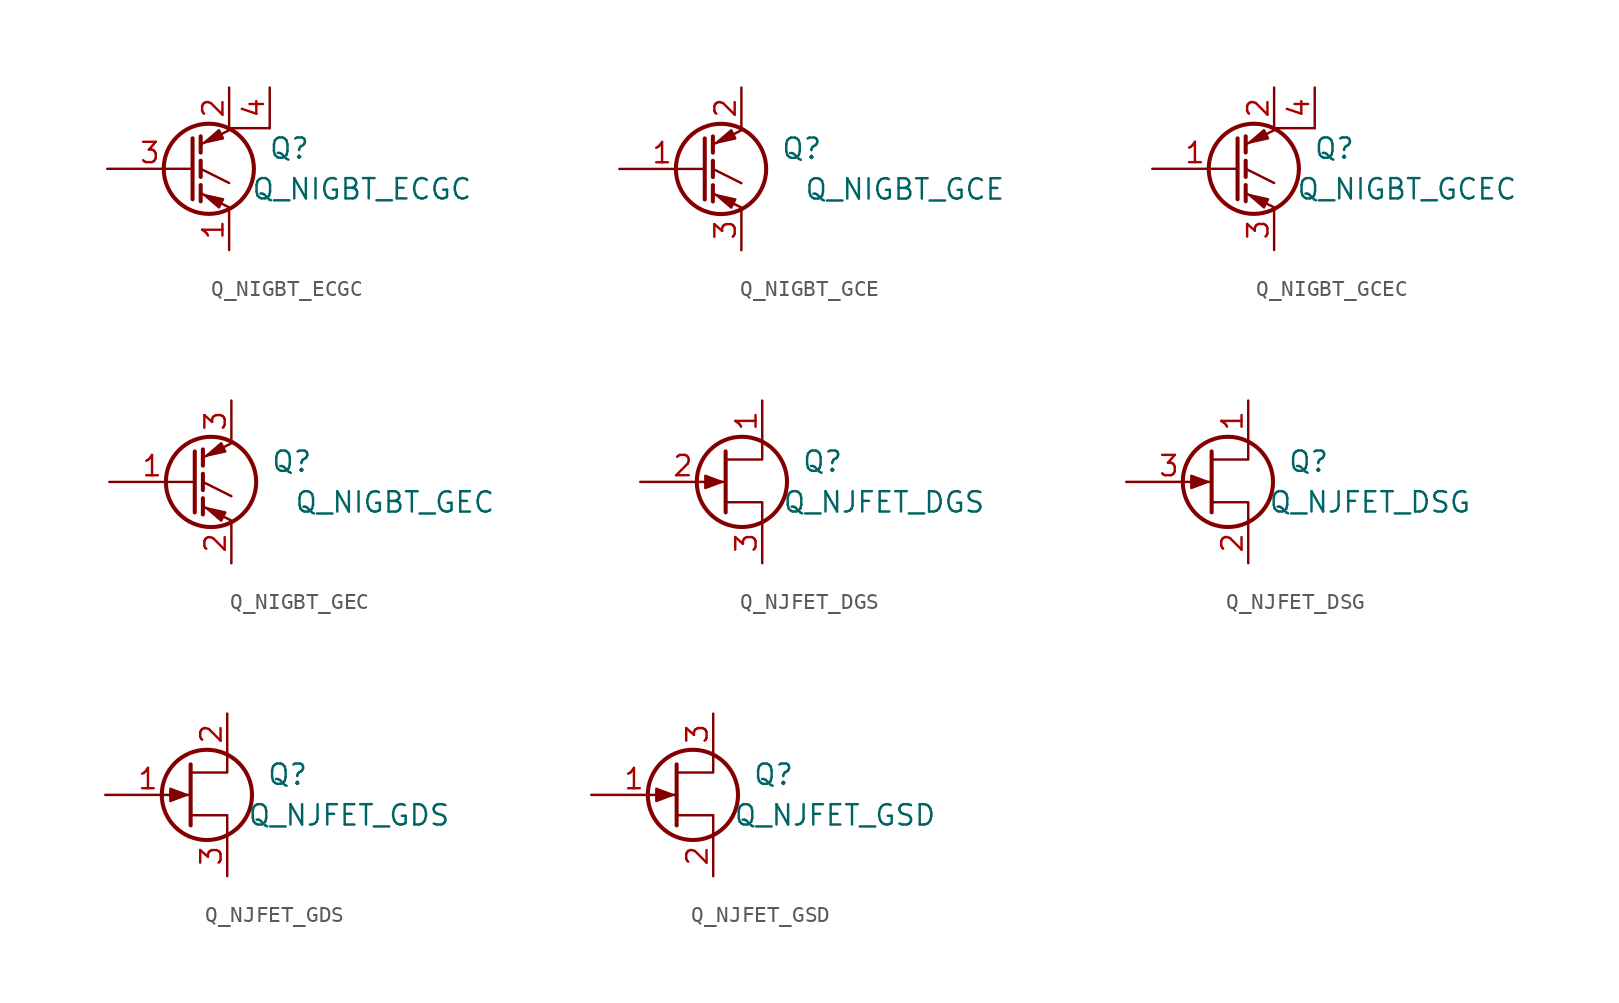
<source format=kicad_sym>
(kicad_symbol_lib
  (version 20211014)
  (generator kicad_symbol_editor)
  (symbol "Q_NIGBT_ECGC"
    (pin_names
      (offset 0) hide)
    (property "Reference" "Q"
      (at 7.62 1.27 0)
      (effects (font (size 1.27 1.27)) (justify right)))
    (property "Value" "Q_NIGBT_ECGC"
      (at 17.78 -1.27 0)
      (effects (font (size 1.27 1.27)) (justify right)))
    (property "Footprint" ""
      (at 5.08 2.54 0)
      (effects (font (size 0.737 0.737))))
    (property "Datasheet" ""
      (at 0 0 0)
      (effects (font (size 1.524 1.524))))
    (symbol "Q_NIGBT_ECGC_0_1"
      (polyline (pts (xy 0.762 -1.016) (xy 0.762 -2.032)) (stroke (width 0.254) (type default) (color 0 0 0 0)) (fill (type none)))
      (polyline (pts (xy 0.762 0.508) (xy 0.762 -0.508)) (stroke (width 0.254) (type default) (color 0 0 0 0)) (fill (type none)))
      (polyline (pts (xy 0.762 2.032) (xy 0.762 1.016)) (stroke (width 0.254) (type default) (color 0 0 0 0)) (fill (type none)))
      (polyline (pts (xy 2.54 -2.413) (xy 0.762 -1.524)) (stroke (width 0) (type default) (color 0 0 0 0)) (fill (type none)))
      (polyline (pts (xy 2.54 -0.889) (xy 0.762 0)) (stroke (width 0) (type default) (color 0 0 0 0)) (fill (type none)))
      (polyline (pts (xy 2.54 2.413) (xy 0.762 1.524)) (stroke (width 0) (type default) (color 0 0 0 0)) (fill (type none)))
      (polyline (pts (xy 2.54 2.54) (xy 5.08 2.54)) (stroke (width 0) (type default) (color 0 0 0 0)) (fill (type none)))
      (polyline (pts (xy 0.254 1.905) (xy 0.254 -1.905) (xy 0.254 -1.905)) (stroke (width 0.254) (type default) (color 0 0 0 0)) (fill (type none)))
      (polyline (pts (xy 2.159 -1.905) (xy 1.905 -2.413) (xy 1.016 -1.651) (xy 2.159 -1.905)) (stroke (width 0) (type default) (color 0 0 0 0)) (fill (type outline)))
      (polyline (pts (xy 2.159 1.905) (xy 1.905 2.413) (xy 1.016 1.651) (xy 2.159 1.905)) (stroke (width 0) (type default) (color 0 0 0 0)) (fill (type outline)))
      (circle (center 1.27 0) (radius 2.819) (stroke (width 0.254) (type default) (color 0 0 0 0)) (fill (type none))))
    (symbol "Q_NIGBT_ECGC_1_1"
      (pin passive line (at 2.54 -5.08 90) (length 2.54) (name "E" (effects (font (size 1.27 1.27)))) (number "1" (effects (font (size 1.27 1.27)))))
      (pin passive line (at 2.54 5.08 270) (length 2.54) (name "C" (effects (font (size 1.27 1.27)))) (number "2" (effects (font (size 1.27 1.27)))))
      (pin input line (at -5.08 0 0) (length 5.334) (name "G" (effects (font (size 1.27 1.27)))) (number "3" (effects (font (size 1.27 1.27)))))
      (pin passive line (at 5.08 5.08 270) (length 2.54) (name "C" (effects (font (size 1.27 1.27)))) (number "4" (effects (font (size 1.27 1.27)))))))
  (symbol "Q_NIGBT_GCE"
    (pin_names
      (offset 0) hide)
    (property "Reference" "Q"
      (at 7.62 1.27 0)
      (effects (font (size 1.27 1.27)) (justify right)))
    (property "Value" "Q_NIGBT_GCE"
      (at 19.05 -1.27 0)
      (effects (font (size 1.27 1.27)) (justify right)))
    (property "Footprint" ""
      (at 5.08 2.54 0)
      (effects (font (size 0.737 0.737))))
    (property "Datasheet" ""
      (at 0 0 0)
      (effects (font (size 1.524 1.524))))
    (symbol "Q_NIGBT_GCE_0_1"
      (polyline (pts (xy 0.762 -1.016) (xy 0.762 -2.032)) (stroke (width 0.254) (type default) (color 0 0 0 0)) (fill (type none)))
      (polyline (pts (xy 0.762 0.508) (xy 0.762 -0.508)) (stroke (width 0.254) (type default) (color 0 0 0 0)) (fill (type none)))
      (polyline (pts (xy 0.762 2.032) (xy 0.762 1.016)) (stroke (width 0.254) (type default) (color 0 0 0 0)) (fill (type none)))
      (polyline (pts (xy 2.54 -2.413) (xy 0.762 -1.524)) (stroke (width 0) (type default) (color 0 0 0 0)) (fill (type none)))
      (polyline (pts (xy 2.54 -0.889) (xy 0.762 0)) (stroke (width 0) (type default) (color 0 0 0 0)) (fill (type none)))
      (polyline (pts (xy 2.54 2.413) (xy 0.762 1.524)) (stroke (width 0) (type default) (color 0 0 0 0)) (fill (type none)))
      (polyline (pts (xy 0.254 1.905) (xy 0.254 -1.905) (xy 0.254 -1.905)) (stroke (width 0.254) (type default) (color 0 0 0 0)) (fill (type none)))
      (polyline (pts (xy 2.159 -1.905) (xy 1.905 -2.413) (xy 1.016 -1.651) (xy 2.159 -1.905)) (stroke (width 0) (type default) (color 0 0 0 0)) (fill (type outline)))
      (polyline (pts (xy 2.159 1.905) (xy 1.905 2.413) (xy 1.016 1.651) (xy 2.159 1.905)) (stroke (width 0) (type default) (color 0 0 0 0)) (fill (type outline)))
      (circle (center 1.27 0) (radius 2.819) (stroke (width 0.254) (type default) (color 0 0 0 0)) (fill (type none))))
    (symbol "Q_NIGBT_GCE_1_1"
      (pin input line (at -5.08 0 0) (length 5.334) (name "G" (effects (font (size 1.27 1.27)))) (number "1" (effects (font (size 1.27 1.27)))))
      (pin passive line (at 2.54 5.08 270) (length 2.54) (name "C" (effects (font (size 1.27 1.27)))) (number "2" (effects (font (size 1.27 1.27)))))
      (pin passive line (at 2.54 -5.08 90) (length 2.54) (name "E" (effects (font (size 1.27 1.27)))) (number "3" (effects (font (size 1.27 1.27)))))))
  (symbol "Q_NIGBT_GCEC"
    (pin_names
      (offset 0) hide)
    (property "Reference" "Q"
      (at 7.62 1.27 0)
      (effects (font (size 1.27 1.27)) (justify right)))
    (property "Value" "Q_NIGBT_GCEC"
      (at 17.78 -1.27 0)
      (effects (font (size 1.27 1.27)) (justify right)))
    (property "Footprint" ""
      (at 5.08 2.54 0)
      (effects (font (size 0.737 0.737))))
    (property "Datasheet" ""
      (at 0 0 0)
      (effects (font (size 1.524 1.524))))
    (symbol "Q_NIGBT_GCEC_0_1"
      (polyline (pts (xy 0.762 -1.016) (xy 0.762 -2.032)) (stroke (width 0.254) (type default) (color 0 0 0 0)) (fill (type none)))
      (polyline (pts (xy 0.762 0.508) (xy 0.762 -0.508)) (stroke (width 0.254) (type default) (color 0 0 0 0)) (fill (type none)))
      (polyline (pts (xy 0.762 2.032) (xy 0.762 1.016)) (stroke (width 0.254) (type default) (color 0 0 0 0)) (fill (type none)))
      (polyline (pts (xy 2.54 -2.413) (xy 0.762 -1.524)) (stroke (width 0) (type default) (color 0 0 0 0)) (fill (type none)))
      (polyline (pts (xy 2.54 -0.889) (xy 0.762 0)) (stroke (width 0) (type default) (color 0 0 0 0)) (fill (type none)))
      (polyline (pts (xy 2.54 2.413) (xy 0.762 1.524)) (stroke (width 0) (type default) (color 0 0 0 0)) (fill (type none)))
      (polyline (pts (xy 2.54 2.54) (xy 5.08 2.54)) (stroke (width 0) (type default) (color 0 0 0 0)) (fill (type none)))
      (polyline (pts (xy 0.254 1.905) (xy 0.254 -1.905) (xy 0.254 -1.905)) (stroke (width 0.254) (type default) (color 0 0 0 0)) (fill (type none)))
      (polyline (pts (xy 2.159 -1.905) (xy 1.905 -2.413) (xy 1.016 -1.651) (xy 2.159 -1.905)) (stroke (width 0) (type default) (color 0 0 0 0)) (fill (type outline)))
      (polyline (pts (xy 2.159 1.905) (xy 1.905 2.413) (xy 1.016 1.651) (xy 2.159 1.905)) (stroke (width 0) (type default) (color 0 0 0 0)) (fill (type outline)))
      (circle (center 1.27 0) (radius 2.819) (stroke (width 0.254) (type default) (color 0 0 0 0)) (fill (type none))))
    (symbol "Q_NIGBT_GCEC_1_1"
      (pin input line (at -5.08 0 0) (length 5.334) (name "G" (effects (font (size 1.27 1.27)))) (number "1" (effects (font (size 1.27 1.27)))))
      (pin passive line (at 2.54 5.08 270) (length 2.54) (name "C" (effects (font (size 1.27 1.27)))) (number "2" (effects (font (size 1.27 1.27)))))
      (pin passive line (at 2.54 -5.08 90) (length 2.54) (name "E" (effects (font (size 1.27 1.27)))) (number "3" (effects (font (size 1.27 1.27)))))
      (pin passive line (at 5.08 5.08 270) (length 2.54) (name "C" (effects (font (size 1.27 1.27)))) (number "4" (effects (font (size 1.27 1.27)))))))
  (symbol "Q_NIGBT_GEC"
    (pin_names
      (offset 0) hide)
    (property "Reference" "Q"
      (at 7.62 1.27 0)
      (effects (font (size 1.27 1.27)) (justify right)))
    (property "Value" "Q_NIGBT_GEC"
      (at 19.05 -1.27 0)
      (effects (font (size 1.27 1.27)) (justify right)))
    (property "Footprint" ""
      (at 5.08 2.54 0)
      (effects (font (size 0.737 0.737))))
    (property "Datasheet" ""
      (at 0 0 0)
      (effects (font (size 1.524 1.524))))
    (symbol "Q_NIGBT_GEC_0_1"
      (polyline (pts (xy 0.762 -1.016) (xy 0.762 -2.032)) (stroke (width 0.254) (type default) (color 0 0 0 0)) (fill (type none)))
      (polyline (pts (xy 0.762 0.508) (xy 0.762 -0.508)) (stroke (width 0.254) (type default) (color 0 0 0 0)) (fill (type none)))
      (polyline (pts (xy 0.762 2.032) (xy 0.762 1.016)) (stroke (width 0.254) (type default) (color 0 0 0 0)) (fill (type none)))
      (polyline (pts (xy 2.54 -2.413) (xy 0.762 -1.524)) (stroke (width 0) (type default) (color 0 0 0 0)) (fill (type none)))
      (polyline (pts (xy 2.54 -0.889) (xy 0.762 0)) (stroke (width 0) (type default) (color 0 0 0 0)) (fill (type none)))
      (polyline (pts (xy 2.54 2.413) (xy 0.762 1.524)) (stroke (width 0) (type default) (color 0 0 0 0)) (fill (type none)))
      (polyline (pts (xy 0.254 1.905) (xy 0.254 -1.905) (xy 0.254 -1.905)) (stroke (width 0.254) (type default) (color 0 0 0 0)) (fill (type none)))
      (polyline (pts (xy 2.159 -1.905) (xy 1.905 -2.413) (xy 1.016 -1.651) (xy 2.159 -1.905)) (stroke (width 0) (type default) (color 0 0 0 0)) (fill (type outline)))
      (polyline (pts (xy 2.159 1.905) (xy 1.905 2.413) (xy 1.016 1.651) (xy 2.159 1.905)) (stroke (width 0) (type default) (color 0 0 0 0)) (fill (type outline)))
      (circle (center 1.27 0) (radius 2.819) (stroke (width 0.254) (type default) (color 0 0 0 0)) (fill (type none))))
    (symbol "Q_NIGBT_GEC_1_1"
      (pin input line (at -5.08 0 0) (length 5.334) (name "G" (effects (font (size 1.27 1.27)))) (number "1" (effects (font (size 1.27 1.27)))))
      (pin passive line (at 2.54 -5.08 90) (length 2.54) (name "E" (effects (font (size 1.27 1.27)))) (number "2" (effects (font (size 1.27 1.27)))))
      (pin passive line (at 2.54 5.08 270) (length 2.54) (name "C" (effects (font (size 1.27 1.27)))) (number "3" (effects (font (size 1.27 1.27)))))))
  (symbol "Q_NJFET_DGS"
    (pin_names
      (offset 0) hide)
    (property "Reference" "Q"
      (at 7.62 1.27 0)
      (effects (font (size 1.27 1.27)) (justify right)))
    (property "Value" "Q_NJFET_DGS"
      (at 16.51 -1.27 0)
      (effects (font (size 1.27 1.27)) (justify right)))
    (property "Footprint" ""
      (at 5.08 2.54 0)
      (effects (font (size 0.737 0.737))))
    (property "Datasheet" ""
      (at 0 0 0)
      (effects (font (size 1.524 1.524))))
    (symbol "Q_NJFET_DGS_0_1"
      (polyline (pts (xy 0.254 1.905) (xy 0.254 -1.905) (xy 0.254 -1.905)) (stroke (width 0.254) (type default) (color 0 0 0 0)) (fill (type none)))
      (polyline (pts (xy 2.54 -2.54) (xy 2.54 -1.27) (xy 0.254 -1.27)) (stroke (width 0) (type default) (color 0 0 0 0)) (fill (type none)))
      (polyline (pts (xy 2.54 2.54) (xy 2.54 1.397) (xy 0.254 1.397)) (stroke (width 0) (type default) (color 0 0 0 0)) (fill (type none)))
      (polyline (pts (xy 0 0) (xy -1.016 0.381) (xy -1.016 -0.381) (xy 0 0)) (stroke (width 0) (type default) (color 0 0 0 0)) (fill (type outline)))
      (circle (center 1.27 0) (radius 2.819) (stroke (width 0.254) (type default) (color 0 0 0 0)) (fill (type none))))
    (symbol "Q_NJFET_DGS_1_1"
      (pin passive line (at 2.54 5.08 270) (length 2.54) (name "D" (effects (font (size 1.27 1.27)))) (number "1" (effects (font (size 1.27 1.27)))))
      (pin input line (at -5.08 0 0) (length 5.334) (name "G" (effects (font (size 1.27 1.27)))) (number "2" (effects (font (size 1.27 1.27)))))
      (pin passive line (at 2.54 -5.08 90) (length 2.54) (name "S" (effects (font (size 1.27 1.27)))) (number "3" (effects (font (size 1.27 1.27)))))))
  (symbol "Q_NJFET_DSG"
    (pin_names
      (offset 0) hide)
    (property "Reference" "Q"
      (at 7.62 1.27 0)
      (effects (font (size 1.27 1.27)) (justify right)))
    (property "Value" "Q_NJFET_DSG"
      (at 16.51 -1.27 0)
      (effects (font (size 1.27 1.27)) (justify right)))
    (property "Footprint" ""
      (at 5.08 2.54 0)
      (effects (font (size 0.737 0.737))))
    (property "Datasheet" ""
      (at 0 0 0)
      (effects (font (size 1.524 1.524))))
    (symbol "Q_NJFET_DSG_0_1"
      (polyline (pts (xy 0.254 1.905) (xy 0.254 -1.905) (xy 0.254 -1.905)) (stroke (width 0.254) (type default) (color 0 0 0 0)) (fill (type none)))
      (polyline (pts (xy 2.54 -2.54) (xy 2.54 -1.27) (xy 0.254 -1.27)) (stroke (width 0) (type default) (color 0 0 0 0)) (fill (type none)))
      (polyline (pts (xy 2.54 2.54) (xy 2.54 1.397) (xy 0.254 1.397)) (stroke (width 0) (type default) (color 0 0 0 0)) (fill (type none)))
      (polyline (pts (xy 0 0) (xy -1.016 0.381) (xy -1.016 -0.381) (xy 0 0)) (stroke (width 0) (type default) (color 0 0 0 0)) (fill (type outline)))
      (circle (center 1.27 0) (radius 2.819) (stroke (width 0.254) (type default) (color 0 0 0 0)) (fill (type none))))
    (symbol "Q_NJFET_DSG_1_1"
      (pin passive line (at 2.54 5.08 270) (length 2.54) (name "D" (effects (font (size 1.27 1.27)))) (number "1" (effects (font (size 1.27 1.27)))))
      (pin passive line (at 2.54 -5.08 90) (length 2.54) (name "S" (effects (font (size 1.27 1.27)))) (number "2" (effects (font (size 1.27 1.27)))))
      (pin input line (at -5.08 0 0) (length 5.334) (name "G" (effects (font (size 1.27 1.27)))) (number "3" (effects (font (size 1.27 1.27)))))))
  (symbol "Q_NJFET_GDS"
    (pin_names
      (offset 0) hide)
    (property "Reference" "Q"
      (at 7.62 1.27 0)
      (effects (font (size 1.27 1.27)) (justify right)))
    (property "Value" "Q_NJFET_GDS"
      (at 16.51 -1.27 0)
      (effects (font (size 1.27 1.27)) (justify right)))
    (property "Footprint" ""
      (at 5.08 2.54 0)
      (effects (font (size 0.737 0.737))))
    (property "Datasheet" ""
      (at 0 0 0)
      (effects (font (size 1.524 1.524))))
    (symbol "Q_NJFET_GDS_0_1"
      (polyline (pts (xy 0.254 1.905) (xy 0.254 -1.905) (xy 0.254 -1.905)) (stroke (width 0.254) (type default) (color 0 0 0 0)) (fill (type none)))
      (polyline (pts (xy 2.54 -2.54) (xy 2.54 -1.27) (xy 0.254 -1.27)) (stroke (width 0) (type default) (color 0 0 0 0)) (fill (type none)))
      (polyline (pts (xy 2.54 2.54) (xy 2.54 1.397) (xy 0.254 1.397)) (stroke (width 0) (type default) (color 0 0 0 0)) (fill (type none)))
      (polyline (pts (xy 0 0) (xy -1.016 0.381) (xy -1.016 -0.381) (xy 0 0)) (stroke (width 0) (type default) (color 0 0 0 0)) (fill (type outline)))
      (circle (center 1.27 0) (radius 2.819) (stroke (width 0.254) (type default) (color 0 0 0 0)) (fill (type none))))
    (symbol "Q_NJFET_GDS_1_1"
      (pin input line (at -5.08 0 0) (length 5.334) (name "G" (effects (font (size 1.27 1.27)))) (number "1" (effects (font (size 1.27 1.27)))))
      (pin passive line (at 2.54 5.08 270) (length 2.54) (name "D" (effects (font (size 1.27 1.27)))) (number "2" (effects (font (size 1.27 1.27)))))
      (pin passive line (at 2.54 -5.08 90) (length 2.54) (name "S" (effects (font (size 1.27 1.27)))) (number "3" (effects (font (size 1.27 1.27)))))))
  (symbol "Q_NJFET_GSD"
    (pin_names
      (offset 0) hide)
    (property "Reference" "Q"
      (at 7.62 1.27 0)
      (effects (font (size 1.27 1.27)) (justify right)))
    (property "Value" "Q_NJFET_GSD"
      (at 16.51 -1.27 0)
      (effects (font (size 1.27 1.27)) (justify right)))
    (property "Footprint" ""
      (at 5.08 2.54 0)
      (effects (font (size 0.737 0.737))))
    (property "Datasheet" ""
      (at 0 0 0)
      (effects (font (size 1.524 1.524))))
    (symbol "Q_NJFET_GSD_0_1"
      (polyline (pts (xy 0.254 1.905) (xy 0.254 -1.905) (xy 0.254 -1.905)) (stroke (width 0.254) (type default) (color 0 0 0 0)) (fill (type none)))
      (polyline (pts (xy 2.54 -2.54) (xy 2.54 -1.27) (xy 0.254 -1.27)) (stroke (width 0) (type default) (color 0 0 0 0)) (fill (type none)))
      (polyline (pts (xy 2.54 2.54) (xy 2.54 1.397) (xy 0.254 1.397)) (stroke (width 0) (type default) (color 0 0 0 0)) (fill (type none)))
      (polyline (pts (xy 0 0) (xy -1.016 0.381) (xy -1.016 -0.381) (xy 0 0)) (stroke (width 0) (type default) (color 0 0 0 0)) (fill (type outline)))
      (circle (center 1.27 0) (radius 2.819) (stroke (width 0.254) (type default) (color 0 0 0 0)) (fill (type none))))
    (symbol "Q_NJFET_GSD_1_1"
      (pin input line (at -5.08 0 0) (length 5.334) (name "G" (effects (font (size 1.27 1.27)))) (number "1" (effects (font (size 1.27 1.27)))))
      (pin passive line (at 2.54 -5.08 90) (length 2.54) (name "S" (effects (font (size 1.27 1.27)))) (number "2" (effects (font (size 1.27 1.27)))))
      (pin passive line (at 2.54 5.08 270) (length 2.54) (name "D" (effects (font (size 1.27 1.27)))) (number "3" (effects (font (size 1.27 1.27))))))))
</source>
